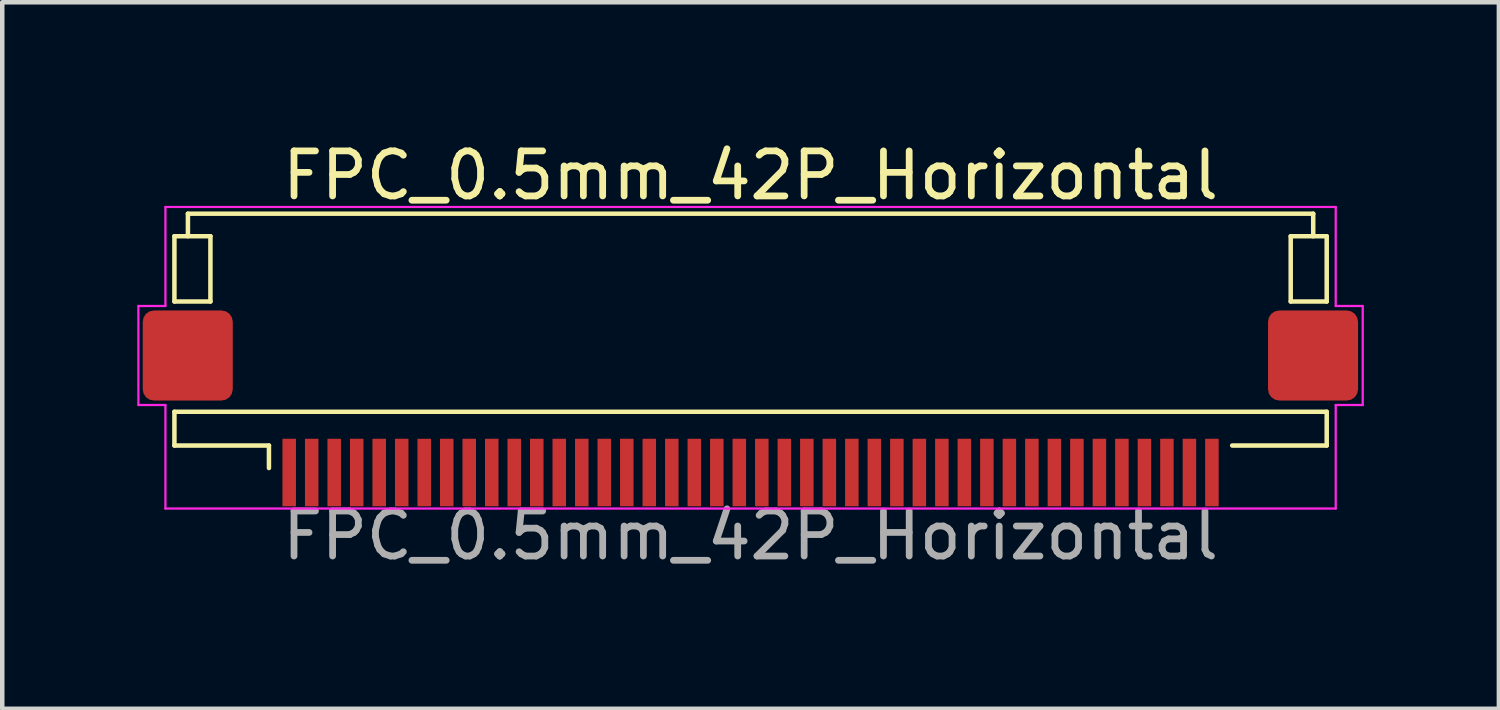
<source format=kicad_pcb>
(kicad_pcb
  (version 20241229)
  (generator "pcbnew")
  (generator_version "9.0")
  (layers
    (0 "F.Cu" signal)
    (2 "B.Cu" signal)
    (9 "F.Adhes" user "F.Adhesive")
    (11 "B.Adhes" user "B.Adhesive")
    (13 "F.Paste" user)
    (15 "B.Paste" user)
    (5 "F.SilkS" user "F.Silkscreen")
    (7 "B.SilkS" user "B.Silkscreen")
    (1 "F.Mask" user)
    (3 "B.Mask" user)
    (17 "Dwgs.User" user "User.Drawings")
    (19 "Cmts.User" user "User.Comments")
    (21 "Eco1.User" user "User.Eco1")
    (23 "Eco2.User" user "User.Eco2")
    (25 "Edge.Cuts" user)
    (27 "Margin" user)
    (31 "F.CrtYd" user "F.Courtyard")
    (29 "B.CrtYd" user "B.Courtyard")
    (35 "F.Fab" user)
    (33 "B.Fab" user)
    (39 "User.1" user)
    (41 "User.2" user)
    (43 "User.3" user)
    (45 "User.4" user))
  (footprint "FPC_0.5mm_42P_Horizontal"
    (layer "F.Cu")
    (at 13.625 6.848)
    (property "Reference" "FPC_0.5mm_42P_Horizontal" (at 0 -6 0) (layer "F.SilkS") (effects (font (size 1 1) (thickness 0.15))))
    (attr smd)
    (fp_line (start -12.8 -4.65) (end -12 -4.65) (stroke (width 0.1) (type default)) (layer "F.SilkS"))
    (fp_line (start -12.8 -3.2) (end -12.8 -4.65) (stroke (width 0.1) (type solid)) (layer "F.SilkS"))
    (fp_line (start -12.8 -3.2) (end -12 -3.2) (stroke (width 0.1) (type default)) (layer "F.SilkS"))
    (fp_line (start -12.8 -0.75) (end 12.8 -0.75) (stroke (width 0.1) (type default)) (layer "F.SilkS"))
    (fp_line (start -12.8 0) (end -12.8 -0.75) (stroke (width 0.1) (type solid)) (layer "F.SilkS"))
    (fp_line (start -12.5 -5.15) (end -12.5 -4.65) (stroke (width 0.1) (type default)) (layer "F.SilkS"))
    (fp_line (start -12 -4.65) (end -12 -3.2) (stroke (width 0.1) (type default)) (layer "F.SilkS"))
    (fp_line (start -10.7 0) (end -12.8 0) (stroke (width 0.1) (type solid)) (layer "F.SilkS"))
    (fp_line (start -10.7 0) (end -10.7 0.5) (stroke (width 0.1) (type solid)) (layer "F.SilkS"))
    (fp_line (start 10.7 0) (end 12.8 0.000003) (stroke (width 0.1) (type solid)) (layer "F.SilkS"))
    (fp_line (start 12 -4.65) (end 12.8 -4.65) (stroke (width 0.1) (type default)) (layer "F.SilkS"))
    (fp_line (start 12 -3.2) (end 12 -4.65) (stroke (width 0.1) (type default)) (layer "F.SilkS"))
    (fp_line (start 12 -3.2) (end 12.8 -3.2) (stroke (width 0.1) (type default)) (layer "F.SilkS"))
    (fp_line (start 12.5 -5.15) (end -12.5 -5.15) (stroke (width 0.1) (type solid)) (layer "F.SilkS"))
    (fp_line (start 12.5 -5.15) (end 12.5 -4.65) (stroke (width 0.1) (type default)) (layer "F.SilkS"))
    (fp_line (start 12.8 -3.2) (end 12.8 -4.65) (stroke (width 0.1) (type solid)) (layer "F.SilkS"))
    (fp_line (start 12.8 0.000003) (end 12.8 -0.75) (stroke (width 0.1) (type solid)) (layer "F.SilkS"))
    (fp_line (start -13.6 -3.1) (end -13.6 -0.9) (stroke (width 0.05) (type default)) (layer "F.CrtYd"))
    (fp_line (start -13.6 -0.9) (end -13 -0.9) (stroke (width 0.05) (type default)) (layer "F.CrtYd"))
    (fp_line (start -13 -5.3) (end -13 -3.1) (stroke (width 0.05) (type default)) (layer "F.CrtYd"))
    (fp_line (start -13 -3.1) (end -13.6 -3.1) (stroke (width 0.05) (type default)) (layer "F.CrtYd"))
    (fp_line (start -13 -0.9) (end -13 1.4) (stroke (width 0.05) (type default)) (layer "F.CrtYd"))
    (fp_line (start -13 1.4) (end 13 1.4) (stroke (width 0.05) (type solid)) (layer "F.CrtYd"))
    (fp_line (start 13 -5.3) (end -13 -5.3) (stroke (width 0.05) (type solid)) (layer "F.CrtYd"))
    (fp_line (start 13 -5.3) (end 13 -3.1) (stroke (width 0.05) (type default)) (layer "F.CrtYd"))
    (fp_line (start 13 -3.1) (end 13.6 -3.1) (stroke (width 0.05) (type default)) (layer "F.CrtYd"))
    (fp_line (start 13 -0.9) (end 13 1.4) (stroke (width 0.05) (type default)) (layer "F.CrtYd"))
    (fp_line (start 13.6 -3.1) (end 13.6 -0.9) (stroke (width 0.05) (type default)) (layer "F.CrtYd"))
    (fp_line (start 13.6 -0.9) (end 13 -0.9) (stroke (width 0.05) (type default)) (layer "F.CrtYd"))
    (fp_text user "${REFERENCE}" (at 0 2 180) (layer "F.Fab") (effects (font (size 1 1) (thickness 0.15))))
    (pad "1" smd rect (at -10.25 0.6 180) (size 0.3 1.5) (layers "F.Cu" "F.Mask" "F.Paste"))
    (pad "2" smd rect (at -9.75 0.6 180) (size 0.3 1.5) (layers "F.Cu" "F.Mask" "F.Paste"))
    (pad "3" smd rect (at -9.25 0.6 180) (size 0.3 1.5) (layers "F.Cu" "F.Mask" "F.Paste"))
    (pad "4" smd rect (at -8.75 0.6 180) (size 0.3 1.5) (layers "F.Cu" "F.Mask" "F.Paste"))
    (pad "5" smd rect (at -8.25 0.6 180) (size 0.3 1.5) (layers "F.Cu" "F.Mask" "F.Paste"))
    (pad "6" smd rect (at -7.75 0.6 180) (size 0.3 1.5) (layers "F.Cu" "F.Mask" "F.Paste"))
    (pad "7" smd rect (at -7.25 0.6 180) (size 0.3 1.5) (layers "F.Cu" "F.Mask" "F.Paste"))
    (pad "8" smd rect (at -6.75 0.6 180) (size 0.3 1.5) (layers "F.Cu" "F.Mask" "F.Paste"))
    (pad "9" smd rect (at -6.25 0.6 180) (size 0.3 1.5) (layers "F.Cu" "F.Mask" "F.Paste"))
    (pad "10" smd rect (at -5.75 0.6 180) (size 0.3 1.5) (layers "F.Cu" "F.Mask" "F.Paste"))
    (pad "11" smd rect (at -5.25 0.6 180) (size 0.3 1.5) (layers "F.Cu" "F.Mask" "F.Paste"))
    (pad "12" smd rect (at -4.75 0.6 180) (size 0.3 1.5) (layers "F.Cu" "F.Mask" "F.Paste"))
    (pad "13" smd rect (at -4.25 0.6 180) (size 0.3 1.5) (layers "F.Cu" "F.Mask" "F.Paste"))
    (pad "14" smd rect (at -3.75 0.6 180) (size 0.3 1.5) (layers "F.Cu" "F.Mask" "F.Paste"))
    (pad "15" smd rect (at -3.25 0.6 180) (size 0.3 1.5) (layers "F.Cu" "F.Mask" "F.Paste"))
    (pad "16" smd rect (at -2.75 0.6 180) (size 0.3 1.5) (layers "F.Cu" "F.Mask" "F.Paste"))
    (pad "17" smd rect (at -2.25 0.6 180) (size 0.3 1.5) (layers "F.Cu" "F.Mask" "F.Paste"))
    (pad "18" smd rect (at -1.75 0.6 180) (size 0.3 1.5) (layers "F.Cu" "F.Mask" "F.Paste"))
    (pad "19" smd rect (at -1.25 0.6 180) (size 0.3 1.5) (layers "F.Cu" "F.Mask" "F.Paste"))
    (pad "20" smd rect (at -0.75 0.6 180) (size 0.3 1.5) (layers "F.Cu" "F.Mask" "F.Paste"))
    (pad "21" smd rect (at -0.25 0.6 180) (size 0.3 1.5) (layers "F.Cu" "F.Mask" "F.Paste"))
    (pad "22" smd rect (at 0.25 0.6 180) (size 0.3 1.5) (layers "F.Cu" "F.Mask" "F.Paste"))
    (pad "23" smd rect (at 0.75 0.6 180) (size 0.3 1.5) (layers "F.Cu" "F.Mask" "F.Paste"))
    (pad "24" smd rect (at 1.25 0.6 180) (size 0.3 1.5) (layers "F.Cu" "F.Mask" "F.Paste"))
    (pad "25" smd rect (at 1.75 0.6 180) (size 0.3 1.5) (layers "F.Cu" "F.Mask" "F.Paste"))
    (pad "26" smd rect (at 2.25 0.6 180) (size 0.3 1.5) (layers "F.Cu" "F.Mask" "F.Paste"))
    (pad "27" smd rect (at 2.75 0.6 180) (size 0.3 1.5) (layers "F.Cu" "F.Mask" "F.Paste"))
    (pad "28" smd rect (at 3.25 0.6 180) (size 0.3 1.5) (layers "F.Cu" "F.Mask" "F.Paste"))
    (pad "29" smd rect (at 3.75 0.6 180) (size 0.3 1.5) (layers "F.Cu" "F.Mask" "F.Paste"))
    (pad "30" smd rect (at 4.25 0.6 180) (size 0.3 1.5) (layers "F.Cu" "F.Mask" "F.Paste"))
    (pad "31" smd rect (at 4.75 0.6 180) (size 0.3 1.5) (layers "F.Cu" "F.Mask" "F.Paste"))
    (pad "32" smd rect (at 5.25 0.6 180) (size 0.3 1.5) (layers "F.Cu" "F.Mask" "F.Paste"))
    (pad "33" smd rect (at 5.75 0.6 180) (size 0.3 1.5) (layers "F.Cu" "F.Mask" "F.Paste"))
    (pad "34" smd rect (at 6.25 0.6 180) (size 0.3 1.5) (layers "F.Cu" "F.Mask" "F.Paste"))
    (pad "35" smd rect (at 6.75 0.6 180) (size 0.3 1.5) (layers "F.Cu" "F.Mask" "F.Paste"))
    (pad "36" smd rect (at 7.25 0.6 180) (size 0.3 1.5) (layers "F.Cu" "F.Mask" "F.Paste"))
    (pad "37" smd rect (at 7.75 0.6 180) (size 0.3 1.5) (layers "F.Cu" "F.Mask" "F.Paste"))
    (pad "38" smd rect (at 8.25 0.6 180) (size 0.3 1.5) (layers "F.Cu" "F.Mask" "F.Paste"))
    (pad "39" smd rect (at 8.75 0.6 180) (size 0.3 1.5) (layers "F.Cu" "F.Mask" "F.Paste"))
    (pad "40" smd rect (at 9.25 0.6 180) (size 0.3 1.5) (layers "F.Cu" "F.Mask" "F.Paste"))
    (pad "41" smd rect (at 9.75 0.6 180) (size 0.3 1.5) (layers "F.Cu" "F.Mask" "F.Paste"))
    (pad "42" smd rect (at 10.25 0.6 180) (size 0.3 1.5) (layers "F.Cu" "F.Mask" "F.Paste"))
    (pad "MP" smd roundrect (at -12.504 -2 270) (size 2 2) (layers "F.Cu" "F.Mask" "F.Paste") (roundrect_rratio 0.125))
    (pad "MP" smd roundrect (at 12.496 -2 180) (size 2 2) (layers "F.Cu" "F.Mask" "F.Paste") (roundrect_rratio 0.125)))
  (gr_rect
    (start -3 -3)
    (end 30.25 12.697)
    (stroke (width 0.1) (type default))
    (fill no)
    (layer "Edge.Cuts")))
</source>
